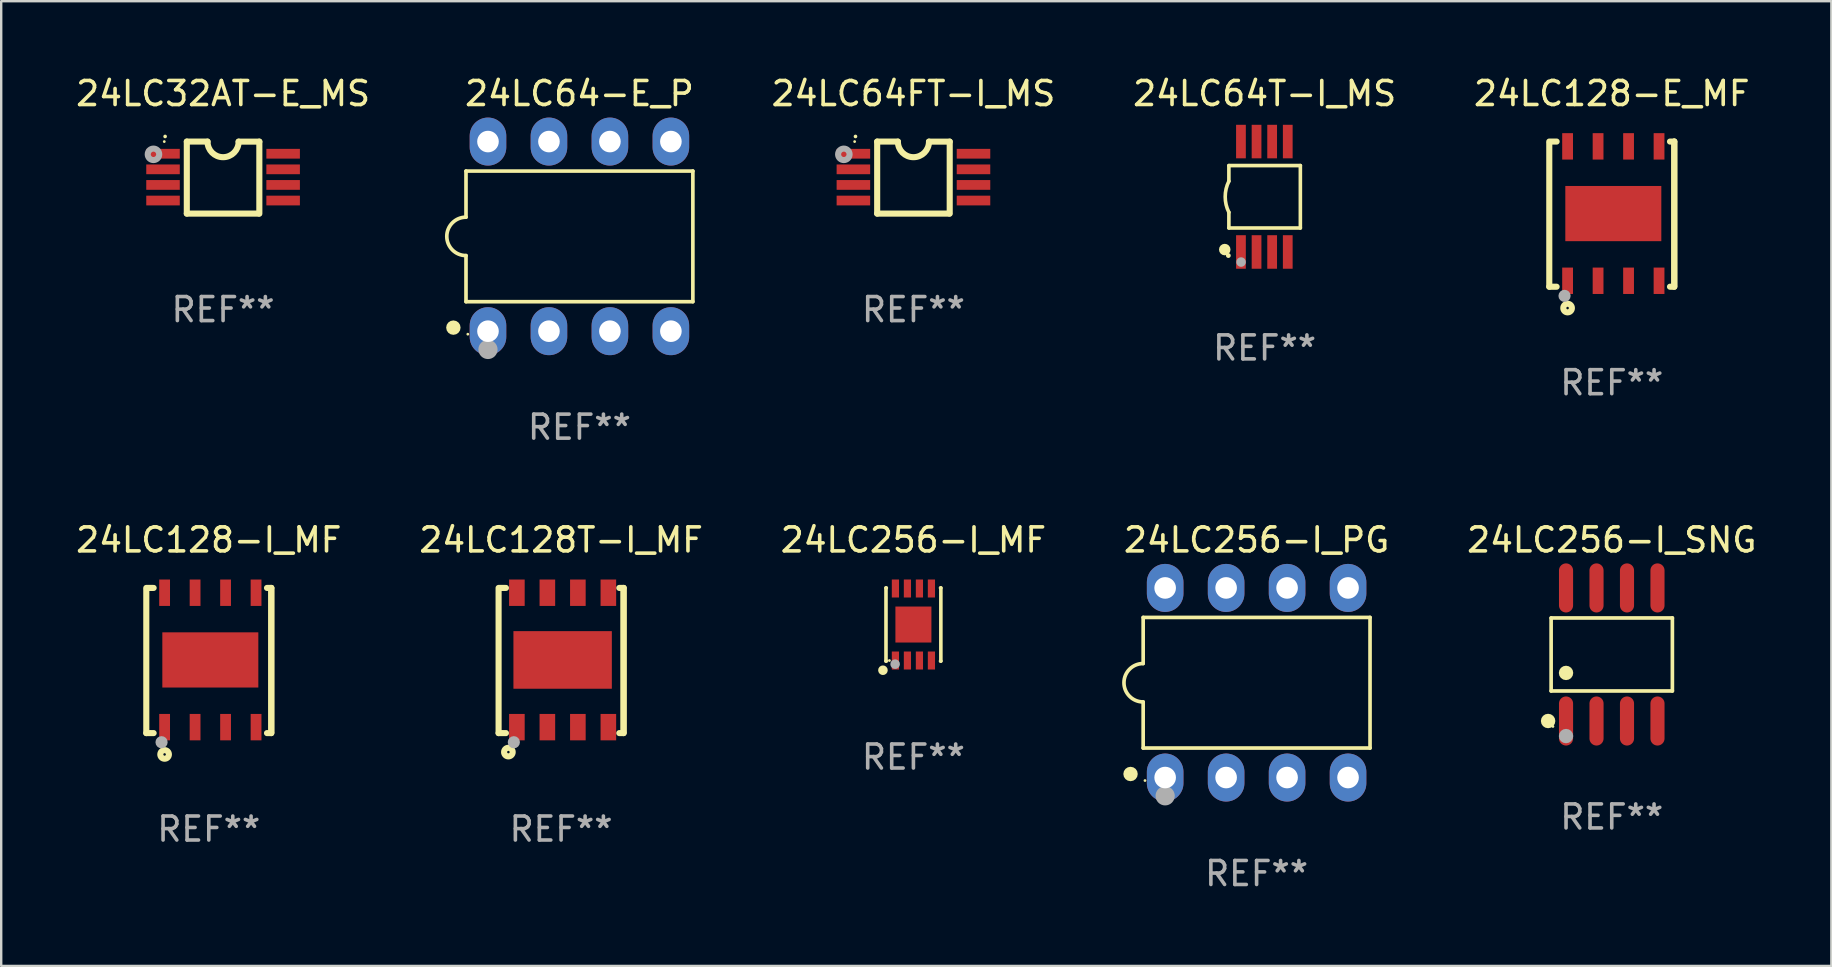
<source format=kicad_pcb>
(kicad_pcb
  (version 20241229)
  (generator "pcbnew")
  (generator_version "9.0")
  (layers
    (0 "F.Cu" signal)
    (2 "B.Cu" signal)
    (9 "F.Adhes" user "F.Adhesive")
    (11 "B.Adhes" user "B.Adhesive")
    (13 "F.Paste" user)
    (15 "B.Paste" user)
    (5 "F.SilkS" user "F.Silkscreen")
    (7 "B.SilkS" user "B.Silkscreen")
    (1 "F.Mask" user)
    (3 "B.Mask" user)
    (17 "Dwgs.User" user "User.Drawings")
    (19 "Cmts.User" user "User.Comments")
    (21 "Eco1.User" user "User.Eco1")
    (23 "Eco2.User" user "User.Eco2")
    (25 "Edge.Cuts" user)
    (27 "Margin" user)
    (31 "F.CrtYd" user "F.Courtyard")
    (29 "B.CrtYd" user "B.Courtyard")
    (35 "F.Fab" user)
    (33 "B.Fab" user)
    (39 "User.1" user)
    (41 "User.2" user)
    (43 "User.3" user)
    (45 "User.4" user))
  (footprint "24LC128T-I_MF"
    (layer "F.Cu")
    (at 20.327 24.469)
    (property "Reference" "24LC128T-I_MF" (at 0 -5.024 0) (layer "F.SilkS") (effects (font (size 1 1) (thickness 0.15))))
    (attr through_hole)
    (fp_line (start -2.604 -2.945) (end -2.604 3.024) (stroke (width 0.254) (type solid)) (layer "F.SilkS"))
    (fp_line (start -2.604 3.024) (end -2.298 3.024) (stroke (width 0.254) (type solid)) (layer "F.SilkS"))
    (fp_line (start -2.298 -3.024) (end -2.604 -3.024) (stroke (width 0.254) (type solid)) (layer "F.SilkS"))
    (fp_line (start 2.425 3.024) (end 2.604 3.024) (stroke (width 0.254) (type solid)) (layer "F.SilkS"))
    (fp_line (start 2.604 -3.024) (end 2.425 -3.024) (stroke (width 0.254) (type solid)) (layer "F.SilkS"))
    (fp_line (start 2.604 -3.024) (end 2.604 2.976) (stroke (width 0.254) (type solid)) (layer "F.SilkS"))
    (fp_line (start 2.604 3.024) (end 2.604 -3.024) (stroke (width 0.254) (type solid)) (layer "F.SilkS"))
    (fp_circle (center -2.437 2.976) (end -2.407 2.976) (stroke (width 0.06) (type solid)) (fill no) (layer "F.SilkS"))
    (fp_circle (center -2.196 3.816) (end -2.017 3.816) (stroke (width 0.254) (type solid)) (fill no) (layer "F.SilkS"))
    (fp_circle (center -1.969 3.405) (end -1.842 3.405) (stroke (width 0.254) (type solid)) (fill no) (layer "F.Fab"))
    (fp_text user "REF**" (at 0 7.024 0) (layer "F.Fab") (effects (font (size 1 1) (thickness 0.15))))
    (pad "1" smd rect (at -1.842 2.776) (size 0.65 1.1) (layers "F.Cu" "F.Mask" "F.Paste"))
    (pad "2" smd rect (at -0.572 2.776) (size 0.65 1.1) (layers "F.Cu" "F.Mask" "F.Paste"))
    (pad "3" smd rect (at 0.699 2.776) (size 0.65 1.1) (layers "F.Cu" "F.Mask" "F.Paste"))
    (pad "4" smd rect (at 1.969 2.776) (size 0.65 1.1) (layers "F.Cu" "F.Mask" "F.Paste"))
    (pad "5" smd rect (at 1.969 -2.824) (size 0.65 1.1) (layers "F.Cu" "F.Mask" "F.Paste"))
    (pad "6" smd rect (at 0.699 -2.824) (size 0.65 1.1) (layers "F.Cu" "F.Mask" "F.Paste"))
    (pad "7" smd rect (at -0.572 -2.824) (size 0.65 1.1) (layers "F.Cu" "F.Mask" "F.Paste"))
    (pad "8" smd rect (at -1.842 -2.824) (size 0.65 1.1) (layers "F.Cu" "F.Mask" "F.Paste"))
    (pad "9" smd rect (at 0.064 -0.024) (size 4.1 2.4) (layers "F.Cu" "F.Mask" "F.Paste")))
  (footprint "24LC256-I_MF"
    (layer "F.Cu")
    (at 35.006 22.969)
    (property "Reference" "24LC256-I_MF" (at 0 -3.524 0) (layer "F.SilkS") (effects (font (size 1 1) (thickness 0.15))))
    (attr through_hole)
    (fp_line (start -1.143 -1.524) (end -1.143 1.524) (stroke (width 0.15) (type solid)) (layer "F.SilkS"))
    (fp_line (start -1.143 1.524) (end -1.129 1.524) (stroke (width 0.15) (type solid)) (layer "F.SilkS"))
    (fp_line (start -1.129 -1.524) (end -1.143 -1.524) (stroke (width 0.15) (type solid)) (layer "F.SilkS"))
    (fp_line (start 1.129 1.524) (end 1.143 1.524) (stroke (width 0.15) (type solid)) (layer "F.SilkS"))
    (fp_line (start 1.143 -1.524) (end 1.129 -1.524) (stroke (width 0.15) (type solid)) (layer "F.SilkS"))
    (fp_line (start 1.143 1.524) (end 1.143 -1.524) (stroke (width 0.15) (type solid)) (layer "F.SilkS"))
    (fp_circle (center -1.27 1.905) (end -1.17 1.905) (stroke (width 0.2) (type solid)) (fill no) (layer "F.SilkS"))
    (fp_circle (center -1 1.5) (end -0.97 1.5) (stroke (width 0.06) (type solid)) (fill no) (layer "F.SilkS"))
    (fp_circle (center -0.762 1.651) (end -0.662 1.651) (stroke (width 0.2) (type solid)) (fill no) (layer "F.Fab"))
    (fp_text user "REF**" (at 0 5.524 0) (layer "F.Fab") (effects (font (size 1 1) (thickness 0.15))))
    (pad "1" smd rect (at -0.75 1.5 90) (size 0.75 0.3) (layers "F.Cu" "F.Mask" "F.Paste"))
    (pad "2" smd rect (at -0.25 1.5 90) (size 0.75 0.3) (layers "F.Cu" "F.Mask" "F.Paste"))
    (pad "3" smd rect (at 0.25 1.5 90) (size 0.75 0.3) (layers "F.Cu" "F.Mask" "F.Paste"))
    (pad "4" smd rect (at 0.75 1.5 90) (size 0.75 0.3) (layers "F.Cu" "F.Mask" "F.Paste"))
    (pad "5" smd rect (at 0.75 -1.5 90) (size 0.75 0.3) (layers "F.Cu" "F.Mask" "F.Paste"))
    (pad "6" smd rect (at 0.25 -1.5 90) (size 0.75 0.3) (layers "F.Cu" "F.Mask" "F.Paste"))
    (pad "7" smd rect (at -0.25 -1.5 90) (size 0.75 0.3) (layers "F.Cu" "F.Mask" "F.Paste"))
    (pad "8" smd rect (at -0.75 -1.5 90) (size 0.75 0.3) (layers "F.Cu" "F.Mask" "F.Paste"))
    (pad "9" smd rect (at -0.000254 0.001 90) (size 1.5 1.5) (layers "F.Cu" "F.Mask" "F.Paste")))
  (footprint "24LC64FT-I_MS"
    (layer "F.Cu")
    (at 35.007 4.35)
    (property "Reference" "24LC64FT-I_MS" (at 0 -3.501 0) (layer "F.SilkS") (effects (font (size 1 1) (thickness 0.15))))
    (attr through_hole)
    (fp_line (start -1.511 -1.501) (end -1.511 1.499) (stroke (width 0.254) (type solid)) (layer "F.SilkS"))
    (fp_line (start -1.511 -1.501) (end -0.648 -1.501) (stroke (width 0.254) (type solid)) (layer "F.SilkS"))
    (fp_line (start -1.511 1.499) (end 1.489 1.499) (stroke (width 0.254) (type solid)) (layer "F.SilkS"))
    (fp_line (start 0.648 -1.499) (end 1.511 -1.499) (stroke (width 0.254) (type solid)) (layer "F.SilkS"))
    (fp_line (start 1.511 -1.499) (end 1.511 1.501) (stroke (width 0.254) (type solid)) (layer "F.SilkS"))
    (fp_arc (start -2.41491 -1.713233) (mid -2.414916 -1.714503) (end -2.41491 -1.715773) (stroke (width 0.150013) (type solid)) (layer "F.SilkS"))
    (fp_arc (start 0.647803 -1.498603) (mid 0.000102 -0.850902) (end -0.647599 -1.498603) (stroke (width 0.254001) (type solid)) (layer "F.SilkS"))
    (fp_circle (center -2.45 -1.501) (end -2.42 -1.501) (stroke (width 0.06) (type solid)) (fill no) (layer "F.SilkS"))
    (fp_circle (center -2.9 -0.97) (end -2.788 -0.97) (stroke (width 0.254) (type solid)) (fill no) (layer "F.Fab"))
    (fp_text user "REF**" (at 0 5.501 0) (layer "F.Fab") (effects (font (size 1 1) (thickness 0.15))))
    (pad "1" smd rect (at -2.502 -0.995) (size 1.397 0.406) (layers "F.Cu" "F.Mask" "F.Paste"))
    (pad "2" smd rect (at -2.502 -0.345) (size 1.397 0.406) (layers "F.Cu" "F.Mask" "F.Paste"))
    (pad "3" smd rect (at -2.502 0.305) (size 1.397 0.406) (layers "F.Cu" "F.Mask" "F.Paste"))
    (pad "4" smd rect (at -2.502 0.955) (size 1.397 0.406) (layers "F.Cu" "F.Mask" "F.Paste"))
    (pad "5" smd rect (at 2.502 0.955) (size 1.397 0.406) (layers "F.Cu" "F.Mask" "F.Paste"))
    (pad "6" smd rect (at 2.502 0.305) (size 1.397 0.406) (layers "F.Cu" "F.Mask" "F.Paste"))
    (pad "7" smd rect (at 2.502 -0.345) (size 1.397 0.406) (layers "F.Cu" "F.Mask" "F.Paste"))
    (pad "8" smd rect (at 2.502 -0.995) (size 1.397 0.406) (layers "F.Cu" "F.Mask" "F.Paste")))
  (footprint "24LC32AT-E_MS"
    (layer "F.Cu")
    (at 6.244 4.35)
    (property "Reference" "24LC32AT-E_MS" (at 0 -3.501 0) (layer "F.SilkS") (effects (font (size 1 1) (thickness 0.15))))
    (attr through_hole)
    (fp_line (start -1.511 -1.501) (end -1.511 1.499) (stroke (width 0.254) (type solid)) (layer "F.SilkS"))
    (fp_line (start -1.511 -1.501) (end -0.648 -1.501) (stroke (width 0.254) (type solid)) (layer "F.SilkS"))
    (fp_line (start -1.511 1.499) (end 1.489 1.499) (stroke (width 0.254) (type solid)) (layer "F.SilkS"))
    (fp_line (start 0.648 -1.499) (end 1.511 -1.499) (stroke (width 0.254) (type solid)) (layer "F.SilkS"))
    (fp_line (start 1.511 -1.499) (end 1.511 1.501) (stroke (width 0.254) (type solid)) (layer "F.SilkS"))
    (fp_arc (start -2.41491 -1.713233) (mid -2.414916 -1.714503) (end -2.41491 -1.715773) (stroke (width 0.150013) (type solid)) (layer "F.SilkS"))
    (fp_arc (start 0.647803 -1.498603) (mid 0.000102 -0.850902) (end -0.647599 -1.498603) (stroke (width 0.254001) (type solid)) (layer "F.SilkS"))
    (fp_circle (center -2.45 -1.501) (end -2.42 -1.501) (stroke (width 0.06) (type solid)) (fill no) (layer "F.SilkS"))
    (fp_circle (center -2.9 -0.97) (end -2.788 -0.97) (stroke (width 0.254) (type solid)) (fill no) (layer "F.Fab"))
    (fp_text user "REF**" (at 0 5.501 0) (layer "F.Fab") (effects (font (size 1 1) (thickness 0.15))))
    (pad "1" smd rect (at -2.502 -0.995) (size 1.397 0.406) (layers "F.Cu" "F.Mask" "F.Paste"))
    (pad "2" smd rect (at -2.502 -0.345) (size 1.397 0.406) (layers "F.Cu" "F.Mask" "F.Paste"))
    (pad "3" smd rect (at -2.502 0.305) (size 1.397 0.406) (layers "F.Cu" "F.Mask" "F.Paste"))
    (pad "4" smd rect (at -2.502 0.955) (size 1.397 0.406) (layers "F.Cu" "F.Mask" "F.Paste"))
    (pad "5" smd rect (at 2.502 0.955) (size 1.397 0.406) (layers "F.Cu" "F.Mask" "F.Paste"))
    (pad "6" smd rect (at 2.502 0.305) (size 1.397 0.406) (layers "F.Cu" "F.Mask" "F.Paste"))
    (pad "7" smd rect (at 2.502 -0.345) (size 1.397 0.406) (layers "F.Cu" "F.Mask" "F.Paste"))
    (pad "8" smd rect (at 2.502 -0.995) (size 1.397 0.406) (layers "F.Cu" "F.Mask" "F.Paste")))
  (footprint "24LC256-I_SNG"
    (layer "F.Cu")
    (at 64.101 24.217)
    (property "Reference" "24LC256-I_SNG" (at 0 -4.772 0) (layer "F.SilkS") (effects (font (size 1 1) (thickness 0.15))))
    (attr through_hole)
    (fp_line (start -2.526 -1.521) (end 2.526 -1.521) (stroke (width 0.152) (type solid)) (layer "F.SilkS"))
    (fp_line (start -2.526 1.521) (end -2.526 -1.521) (stroke (width 0.152) (type solid)) (layer "F.SilkS"))
    (fp_line (start 2.526 -1.521) (end 2.526 1.521) (stroke (width 0.152) (type solid)) (layer "F.SilkS"))
    (fp_line (start 2.526 1.521) (end -2.526 1.521) (stroke (width 0.152) (type solid)) (layer "F.SilkS"))
    (fp_circle (center -2.652 2.772) (end -2.501 2.772) (stroke (width 0.3) (type solid)) (fill no) (layer "F.SilkS"))
    (fp_circle (center -2.45 3) (end -2.42 3) (stroke (width 0.06) (type solid)) (fill no) (layer "F.SilkS"))
    (fp_circle (center -1.905 0.769) (end -1.755 0.769) (stroke (width 0.3) (type solid)) (fill no) (layer "F.SilkS"))
    (fp_circle (center -1.905 3.4) (end -1.755 3.4) (stroke (width 0.3) (type solid)) (fill no) (layer "F.Fab"))
    (fp_text user "REF**" (at 0 6.772 0) (layer "F.Fab") (effects (font (size 1 1) (thickness 0.15))))
    (pad "1" smd oval (at -1.905 2.772) (size 0.588 2.045) (layers "F.Cu" "F.Mask" "F.Paste"))
    (pad "2" smd oval (at -0.635 2.772) (size 0.588 2.045) (layers "F.Cu" "F.Mask" "F.Paste"))
    (pad "3" smd oval (at 0.635 2.772) (size 0.588 2.045) (layers "F.Cu" "F.Mask" "F.Paste"))
    (pad "4" smd oval (at 1.905 2.772) (size 0.588 2.045) (layers "F.Cu" "F.Mask" "F.Paste"))
    (pad "5" smd oval (at 1.905 -2.772) (size 0.588 2.045) (layers "F.Cu" "F.Mask" "F.Paste"))
    (pad "6" smd oval (at 0.635 -2.772) (size 0.588 2.045) (layers "F.Cu" "F.Mask" "F.Paste"))
    (pad "7" smd oval (at -0.635 -2.772) (size 0.588 2.045) (layers "F.Cu" "F.Mask" "F.Paste"))
    (pad "8" smd oval (at -1.905 -2.772) (size 0.588 2.045) (layers "F.Cu" "F.Mask" "F.Paste")))
  (footprint "24LC256-I_PG"
    (layer "F.Cu")
    (at 49.304 25.395)
    (property "Reference" "24LC256-I_PG" (at 0 -5.95 0) (layer "F.SilkS") (effects (font (size 1 1) (thickness 0.15))))
    (attr through_hole)
    (fp_line (start -4.726 -2.721) (end -4.726 -0.8) (stroke (width 0.152) (type solid)) (layer "F.SilkS"))
    (fp_line (start -4.726 0.8) (end -4.726 2.721) (stroke (width 0.152) (type solid)) (layer "F.SilkS"))
    (fp_line (start -4.726 2.721) (end 4.726 2.721) (stroke (width 0.152) (type solid)) (layer "F.SilkS"))
    (fp_line (start 4.726 -2.721) (end -4.726 -2.721) (stroke (width 0.152) (type solid)) (layer "F.SilkS"))
    (fp_line (start 4.726 2.721) (end 4.726 -2.721) (stroke (width 0.152) (type solid)) (layer "F.SilkS"))
    (fp_arc (start -4.726213 0.8) (mid -5.526213 0) (end -4.726213 -0.8) (stroke (width 0.1524) (type solid)) (layer "F.SilkS"))
    (fp_circle (center -5.252 3.802) (end -5.102 3.802) (stroke (width 0.3) (type solid)) (fill no) (layer "F.SilkS"))
    (fp_circle (center -4.65 4.075) (end -4.62 4.075) (stroke (width 0.06) (type solid)) (fill no) (layer "F.SilkS"))
    (fp_circle (center -3.81 4.712) (end -3.61 4.712) (stroke (width 0.4) (type solid)) (fill no) (layer "F.Fab"))
    (fp_text user "REF**" (at 0 7.95 0) (layer "F.Fab") (effects (font (size 1 1) (thickness 0.15))))
    (pad "1" thru_hole oval (at -3.81 3.95) (size 1.524 2) (drill 0.9) (layers "*.Cu" "*.Mask"))
    (pad "2" thru_hole oval (at -1.27 3.95) (size 1.524 2) (drill 0.9) (layers "*.Cu" "*.Mask"))
    (pad "3" thru_hole oval (at 1.27 3.95) (size 1.524 2) (drill 0.9) (layers "*.Cu" "*.Mask"))
    (pad "4" thru_hole oval (at 3.81 3.95) (size 1.524 2) (drill 0.9) (layers "*.Cu" "*.Mask"))
    (pad "5" thru_hole oval (at 3.81 -3.95) (size 1.524 2) (drill 0.9) (layers "*.Cu" "*.Mask"))
    (pad "6" thru_hole oval (at 1.27 -3.95) (size 1.524 2) (drill 0.9) (layers "*.Cu" "*.Mask"))
    (pad "7" thru_hole oval (at -1.27 -3.95) (size 1.524 2) (drill 0.9) (layers "*.Cu" "*.Mask"))
    (pad "8" thru_hole oval (at -3.81 -3.95) (size 1.524 2) (drill 0.9) (layers "*.Cu" "*.Mask")))
  (footprint "24LC64T-I_MS"
    (layer "F.Cu")
    (at 49.638 5.148)
    (property "Reference" "24LC64T-I_MS" (at 0 -4.3 0) (layer "F.SilkS") (effects (font (size 1 1) (thickness 0.15))))
    (attr through_hole)
    (fp_line (start -1.489 -1.3) (end -1.489 -0.648) (stroke (width 0.15) (type solid)) (layer "F.SilkS"))
    (fp_line (start -1.489 0.648) (end -1.489 1.3) (stroke (width 0.15) (type solid)) (layer "F.SilkS"))
    (fp_line (start -1.489 1.3) (end 1.489 1.3) (stroke (width 0.15) (type solid)) (layer "F.SilkS"))
    (fp_line (start 1.489 -1.3) (end -1.489 -1.3) (stroke (width 0.15) (type solid)) (layer "F.SilkS"))
    (fp_line (start 1.489 1.3) (end 1.489 -1.3) (stroke (width 0.15) (type solid)) (layer "F.SilkS"))
    (fp_arc (start -1.489205 0.647702) (mid -1.642107 0) (end -1.489205 -0.647701) (stroke (width 0.150013) (type solid)) (layer "F.SilkS"))
    (fp_circle (center -1.661 2.2) (end -1.541 2.2) (stroke (width 0.24) (type solid)) (fill no) (layer "F.SilkS"))
    (fp_circle (center -1.511 2.45) (end -1.461 2.45) (stroke (width 0.1) (type solid)) (fill no) (layer "F.SilkS"))
    (fp_circle (center -0.981 2.72) (end -0.881 2.72) (stroke (width 0.2) (type solid)) (fill no) (layer "F.Fab"))
    (fp_text user "REF**" (at 0 6.3 0) (layer "F.Fab") (effects (font (size 1 1) (thickness 0.15))))
    (pad "1" smd rect (at -0.986 2.3) (size 0.406 1.397) (layers "F.Cu" "F.Mask" "F.Paste"))
    (pad "2" smd rect (at -0.336 2.3) (size 0.406 1.397) (layers "F.Cu" "F.Mask" "F.Paste"))
    (pad "3" smd rect (at 0.314 2.3) (size 0.406 1.397) (layers "F.Cu" "F.Mask" "F.Paste"))
    (pad "4" smd rect (at 0.964 2.3) (size 0.406 1.397) (layers "F.Cu" "F.Mask" "F.Paste"))
    (pad "5" smd rect (at 0.964 -2.3) (size 0.406 1.397) (layers "F.Cu" "F.Mask" "F.Paste"))
    (pad "6" smd rect (at 0.314 -2.3) (size 0.406 1.397) (layers "F.Cu" "F.Mask" "F.Paste"))
    (pad "7" smd rect (at -0.336 -2.3) (size 0.406 1.397) (layers "F.Cu" "F.Mask" "F.Paste"))
    (pad "8" smd rect (at -0.986 -2.3) (size 0.406 1.397) (layers "F.Cu" "F.Mask" "F.Paste")))
  (footprint "24LC64-E_P"
    (layer "F.Cu")
    (at 21.091 6.798)
    (property "Reference" "24LC64-E_P" (at 0 -5.95 0) (layer "F.SilkS") (effects (font (size 1 1) (thickness 0.15))))
    (attr through_hole)
    (fp_line (start -4.726 -2.721) (end -4.726 -0.8) (stroke (width 0.152) (type solid)) (layer "F.SilkS"))
    (fp_line (start -4.726 0.8) (end -4.726 2.721) (stroke (width 0.152) (type solid)) (layer "F.SilkS"))
    (fp_line (start -4.726 2.721) (end 4.726 2.721) (stroke (width 0.152) (type solid)) (layer "F.SilkS"))
    (fp_line (start 4.726 -2.721) (end -4.726 -2.721) (stroke (width 0.152) (type solid)) (layer "F.SilkS"))
    (fp_line (start 4.726 2.721) (end 4.726 -2.721) (stroke (width 0.152) (type solid)) (layer "F.SilkS"))
    (fp_arc (start -4.726213 0.8) (mid -5.526213 0) (end -4.726213 -0.8) (stroke (width 0.1524) (type solid)) (layer "F.SilkS"))
    (fp_circle (center -5.252 3.802) (end -5.102 3.802) (stroke (width 0.3) (type solid)) (fill no) (layer "F.SilkS"))
    (fp_circle (center -4.65 4.075) (end -4.62 4.075) (stroke (width 0.06) (type solid)) (fill no) (layer "F.SilkS"))
    (fp_circle (center -3.81 4.712) (end -3.61 4.712) (stroke (width 0.4) (type solid)) (fill no) (layer "F.Fab"))
    (fp_text user "REF**" (at 0 7.95 0) (layer "F.Fab") (effects (font (size 1 1) (thickness 0.15))))
    (pad "1" thru_hole oval (at -3.81 3.95) (size 1.524 2) (drill 0.9) (layers "*.Cu" "*.Mask"))
    (pad "2" thru_hole oval (at -1.27 3.95) (size 1.524 2) (drill 0.9) (layers "*.Cu" "*.Mask"))
    (pad "3" thru_hole oval (at 1.27 3.95) (size 1.524 2) (drill 0.9) (layers "*.Cu" "*.Mask"))
    (pad "4" thru_hole oval (at 3.81 3.95) (size 1.524 2) (drill 0.9) (layers "*.Cu" "*.Mask"))
    (pad "5" thru_hole oval (at 3.81 -3.95) (size 1.524 2) (drill 0.9) (layers "*.Cu" "*.Mask"))
    (pad "6" thru_hole oval (at 1.27 -3.95) (size 1.524 2) (drill 0.9) (layers "*.Cu" "*.Mask"))
    (pad "7" thru_hole oval (at -1.27 -3.95) (size 1.524 2) (drill 0.9) (layers "*.Cu" "*.Mask"))
    (pad "8" thru_hole oval (at -3.81 -3.95) (size 1.524 2) (drill 0.9) (layers "*.Cu" "*.Mask")))
  (footprint "24LC128-I_MF"
    (layer "F.Cu")
    (at 5.649 24.469)
    (property "Reference" "24LC128-I_MF" (at 0 -5.024 0) (layer "F.SilkS") (effects (font (size 1 1) (thickness 0.15))))
    (attr through_hole)
    (fp_line (start -2.604 -2.945) (end -2.604 3.024) (stroke (width 0.254) (type solid)) (layer "F.SilkS"))
    (fp_line (start -2.604 3.024) (end -2.298 3.024) (stroke (width 0.254) (type solid)) (layer "F.SilkS"))
    (fp_line (start -2.298 -3.024) (end -2.604 -3.024) (stroke (width 0.254) (type solid)) (layer "F.SilkS"))
    (fp_line (start 2.425 3.024) (end 2.604 3.024) (stroke (width 0.254) (type solid)) (layer "F.SilkS"))
    (fp_line (start 2.604 -3.024) (end 2.425 -3.024) (stroke (width 0.254) (type solid)) (layer "F.SilkS"))
    (fp_line (start 2.604 -3.024) (end 2.604 2.976) (stroke (width 0.254) (type solid)) (layer "F.SilkS"))
    (fp_line (start 2.604 3.024) (end 2.604 -3.024) (stroke (width 0.254) (type solid)) (layer "F.SilkS"))
    (fp_circle (center -2.436 2.976) (end -2.406 2.976) (stroke (width 0.06) (type solid)) (fill no) (layer "F.SilkS"))
    (fp_circle (center -1.841 3.913) (end -1.662 3.913) (stroke (width 0.254) (type solid)) (fill no) (layer "F.SilkS"))
    (fp_circle (center -1.968 3.405) (end -1.841 3.405) (stroke (width 0.254) (type solid)) (fill no) (layer "F.Fab"))
    (fp_text user "REF**" (at 0 7.024 0) (layer "F.Fab") (effects (font (size 1 1) (thickness 0.15))))
    (pad "1" smd rect (at -1.841 2.776) (size 0.45 1.1) (layers "F.Cu" "F.Mask" "F.Paste"))
    (pad "2" smd rect (at -0.571 2.776) (size 0.45 1.1) (layers "F.Cu" "F.Mask" "F.Paste"))
    (pad "3" smd rect (at 0.699 2.776) (size 0.45 1.1) (layers "F.Cu" "F.Mask" "F.Paste"))
    (pad "4" smd rect (at 1.969 2.776) (size 0.45 1.1) (layers "F.Cu" "F.Mask" "F.Paste"))
    (pad "5" smd rect (at 1.969 -2.824) (size 0.45 1.1) (layers "F.Cu" "F.Mask" "F.Paste"))
    (pad "6" smd rect (at 0.699 -2.824) (size 0.45 1.1) (layers "F.Cu" "F.Mask" "F.Paste"))
    (pad "7" smd rect (at -0.571 -2.824) (size 0.45 1.1) (layers "F.Cu" "F.Mask" "F.Paste"))
    (pad "8" smd rect (at -1.841 -2.824) (size 0.45 1.1) (layers "F.Cu" "F.Mask" "F.Paste"))
    (pad "9" smd rect (at 0.064 -0.024) (size 4 2.3) (layers "F.Cu" "F.Mask" "F.Paste")))
  (footprint "24LC128-E_MF"
    (layer "F.Cu")
    (at 64.102 5.872)
    (property "Reference" "24LC128-E_MF" (at 0 -5.024 0) (layer "F.SilkS") (effects (font (size 1 1) (thickness 0.15))))
    (attr through_hole)
    (fp_line (start -2.604 -2.945) (end -2.604 3.024) (stroke (width 0.254) (type solid)) (layer "F.SilkS"))
    (fp_line (start -2.604 3.024) (end -2.298 3.024) (stroke (width 0.254) (type solid)) (layer "F.SilkS"))
    (fp_line (start -2.298 -3.024) (end -2.604 -3.024) (stroke (width 0.254) (type solid)) (layer "F.SilkS"))
    (fp_line (start 2.425 3.024) (end 2.604 3.024) (stroke (width 0.254) (type solid)) (layer "F.SilkS"))
    (fp_line (start 2.604 -3.024) (end 2.425 -3.024) (stroke (width 0.254) (type solid)) (layer "F.SilkS"))
    (fp_line (start 2.604 -3.024) (end 2.604 2.976) (stroke (width 0.254) (type solid)) (layer "F.SilkS"))
    (fp_line (start 2.604 3.024) (end 2.604 -3.024) (stroke (width 0.254) (type solid)) (layer "F.SilkS"))
    (fp_circle (center -2.436 2.976) (end -2.406 2.976) (stroke (width 0.06) (type solid)) (fill no) (layer "F.SilkS"))
    (fp_circle (center -1.841 3.913) (end -1.662 3.913) (stroke (width 0.254) (type solid)) (fill no) (layer "F.SilkS"))
    (fp_circle (center -1.968 3.405) (end -1.841 3.405) (stroke (width 0.254) (type solid)) (fill no) (layer "F.Fab"))
    (fp_text user "REF**" (at 0 7.024 0) (layer "F.Fab") (effects (font (size 1 1) (thickness 0.15))))
    (pad "1" smd rect (at -1.841 2.776) (size 0.45 1.1) (layers "F.Cu" "F.Mask" "F.Paste"))
    (pad "2" smd rect (at -0.571 2.776) (size 0.45 1.1) (layers "F.Cu" "F.Mask" "F.Paste"))
    (pad "3" smd rect (at 0.699 2.776) (size 0.45 1.1) (layers "F.Cu" "F.Mask" "F.Paste"))
    (pad "4" smd rect (at 1.969 2.776) (size 0.45 1.1) (layers "F.Cu" "F.Mask" "F.Paste"))
    (pad "5" smd rect (at 1.969 -2.824) (size 0.45 1.1) (layers "F.Cu" "F.Mask" "F.Paste"))
    (pad "6" smd rect (at 0.699 -2.824) (size 0.45 1.1) (layers "F.Cu" "F.Mask" "F.Paste"))
    (pad "7" smd rect (at -0.571 -2.824) (size 0.45 1.1) (layers "F.Cu" "F.Mask" "F.Paste"))
    (pad "8" smd rect (at -1.841 -2.824) (size 0.45 1.1) (layers "F.Cu" "F.Mask" "F.Paste"))
    (pad "9" smd rect (at 0.064 -0.024) (size 4 2.3) (layers "F.Cu" "F.Mask" "F.Paste")))
  (gr_rect
    (start -3 -3)
    (end 73.25 37.193)
    (stroke (width 0.1) (type default))
    (fill no)
    (layer "Edge.Cuts")))
</source>
